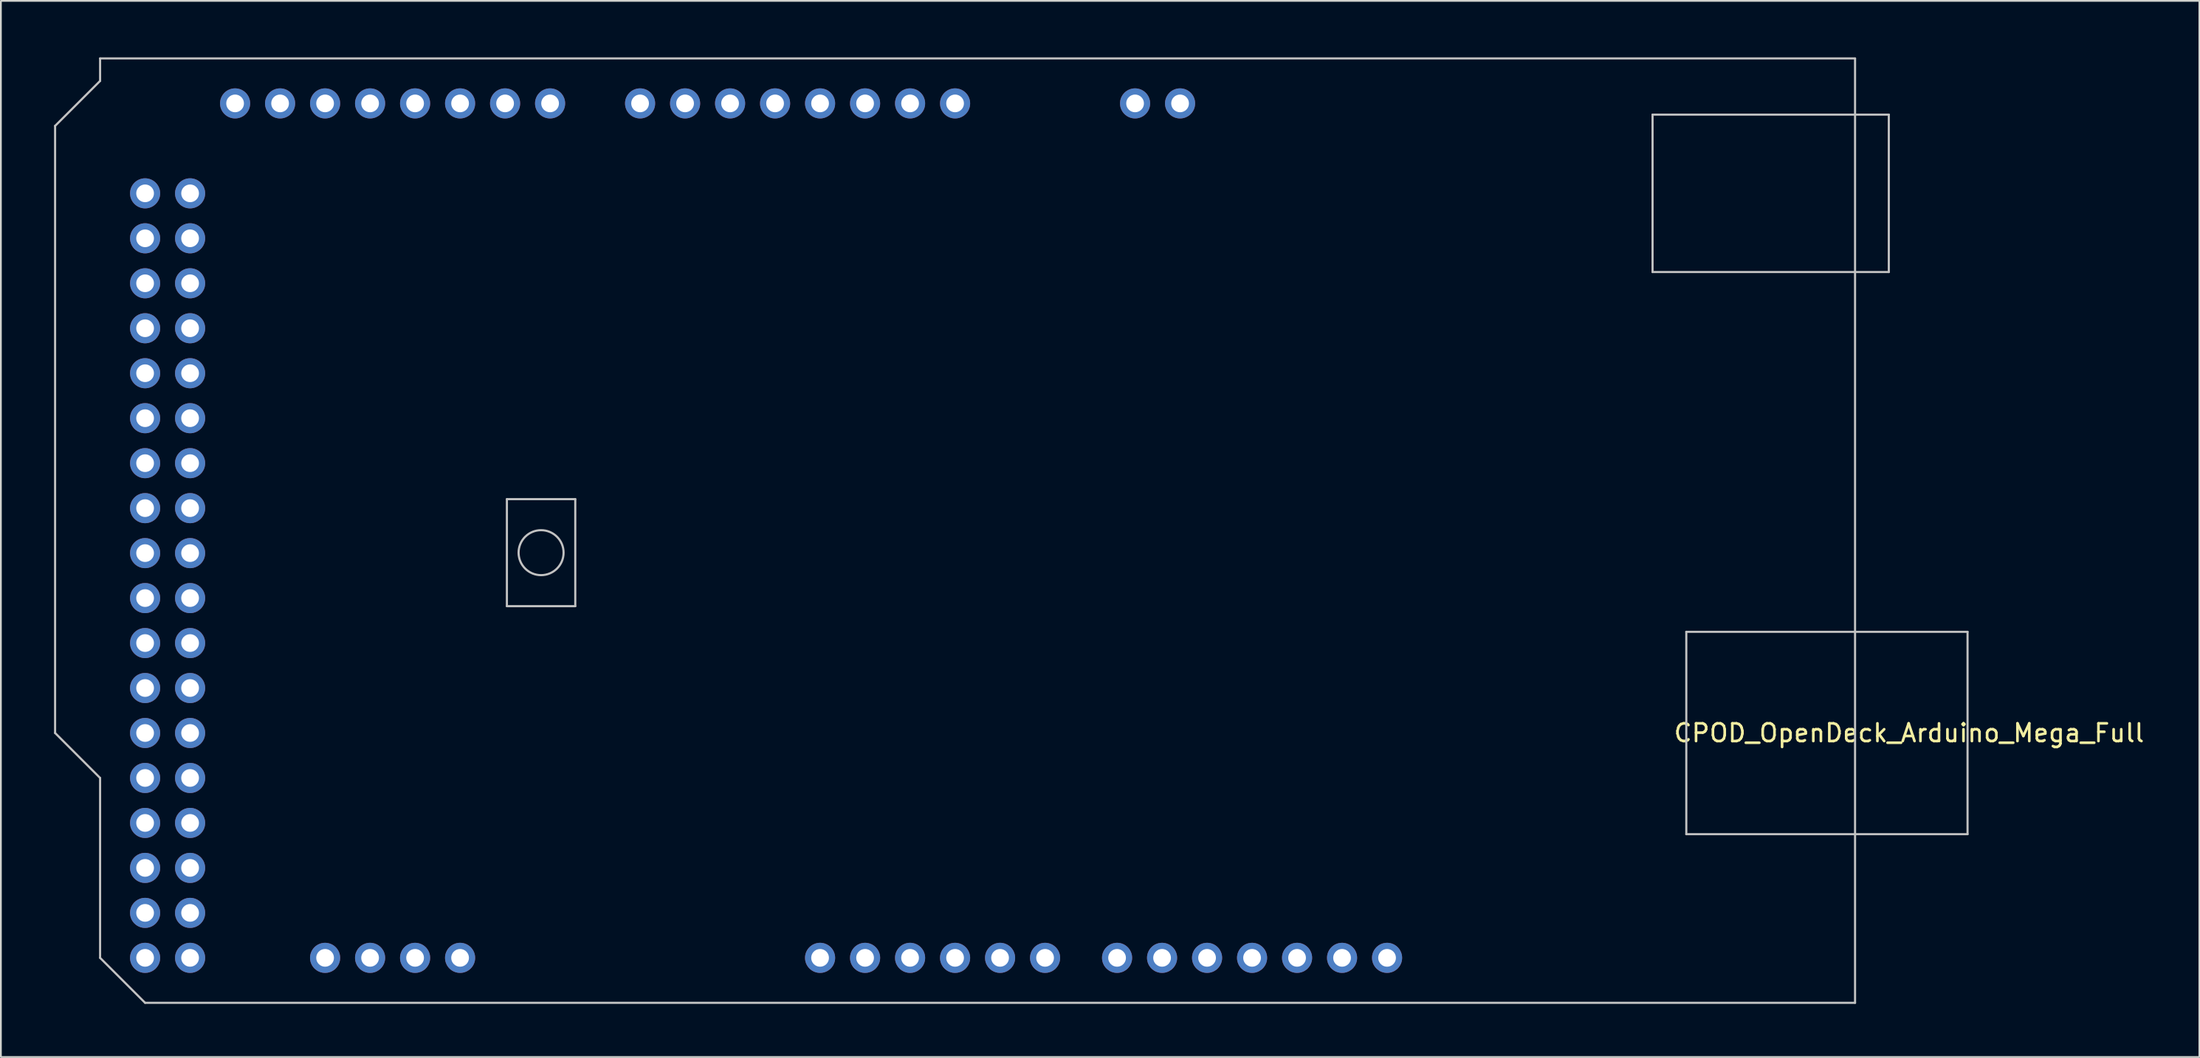
<source format=kicad_pcb>
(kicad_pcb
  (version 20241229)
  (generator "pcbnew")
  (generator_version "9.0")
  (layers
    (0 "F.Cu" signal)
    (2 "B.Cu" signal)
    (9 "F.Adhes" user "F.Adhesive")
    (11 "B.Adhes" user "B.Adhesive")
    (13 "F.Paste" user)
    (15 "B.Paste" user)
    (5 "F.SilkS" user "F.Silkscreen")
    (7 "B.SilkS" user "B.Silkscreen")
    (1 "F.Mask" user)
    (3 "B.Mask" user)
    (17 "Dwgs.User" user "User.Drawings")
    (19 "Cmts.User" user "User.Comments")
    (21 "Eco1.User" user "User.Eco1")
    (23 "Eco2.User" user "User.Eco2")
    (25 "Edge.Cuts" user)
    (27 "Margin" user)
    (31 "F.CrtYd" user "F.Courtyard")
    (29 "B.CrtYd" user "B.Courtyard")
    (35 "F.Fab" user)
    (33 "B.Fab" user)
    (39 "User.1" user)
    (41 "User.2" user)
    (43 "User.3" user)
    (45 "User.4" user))
  (footprint "CPOD_OpenDeck_Arduino_Mega_Full"
    (layer "F.Cu")
    (at 101.66 0.25)
    (property "Reference" "CPOD_OpenDeck_Arduino_Mega_Full" (at 3.048 38.1 180) (layer "F.SilkS") (effects (font (size 1 1) (thickness 0.15))))
    (attr through_hole)
    (fp_line (start -101.6 3.81) (end -101.6 38.1) (stroke (width 0.12) (type solid)) (layer "Dwgs.User"))
    (fp_line (start -101.6 38.1) (end -99.06 40.64) (stroke (width 0.12) (type solid)) (layer "Dwgs.User"))
    (fp_line (start -99.06 0) (end -99.06 1.27) (stroke (width 0.12) (type solid)) (layer "Dwgs.User"))
    (fp_line (start -99.06 1.27) (end -101.6 3.81) (stroke (width 0.12) (type solid)) (layer "Dwgs.User"))
    (fp_line (start -99.06 40.64) (end -99.06 50.8) (stroke (width 0.12) (type solid)) (layer "Dwgs.User"))
    (fp_line (start -99.06 50.8) (end -96.52 53.34) (stroke (width 0.12) (type solid)) (layer "Dwgs.User"))
    (fp_line (start -96.52 53.34) (end 0 53.34) (stroke (width 0.12) (type solid)) (layer "Dwgs.User"))
    (fp_line (start -76.098 24.892) (end -72.238 24.892) (stroke (width 0.12) (type solid)) (layer "Dwgs.User"))
    (fp_line (start -76.098 30.937) (end -76.098 24.892) (stroke (width 0.12) (type solid)) (layer "Dwgs.User"))
    (fp_line (start -72.238 24.892) (end -72.238 30.937) (stroke (width 0.12) (type solid)) (layer "Dwgs.User"))
    (fp_line (start -72.238 30.937) (end -76.098 30.937) (stroke (width 0.12) (type solid)) (layer "Dwgs.User"))
    (fp_line (start -11.43 3.175) (end -11.43 12.065) (stroke (width 0.12) (type solid)) (layer "Dwgs.User"))
    (fp_line (start -11.43 12.065) (end 1.905 12.065) (stroke (width 0.12) (type solid)) (layer "Dwgs.User"))
    (fp_line (start -9.525 43.815) (end -9.525 32.385) (stroke (width 0.12) (type solid)) (layer "Dwgs.User"))
    (fp_line (start 0 0) (end -99.06 0) (stroke (width 0.12) (type solid)) (layer "Dwgs.User"))
    (fp_line (start 0 0) (end 0 53.34) (stroke (width 0.12) (type solid)) (layer "Dwgs.User"))
    (fp_line (start 1.905 3.175) (end -11.43 3.175) (stroke (width 0.12) (type solid)) (layer "Dwgs.User"))
    (fp_line (start 1.905 12.065) (end 1.905 3.175) (stroke (width 0.12) (type solid)) (layer "Dwgs.User"))
    (fp_line (start 6.35 32.385) (end -9.525 32.385) (stroke (width 0.12) (type solid)) (layer "Dwgs.User"))
    (fp_line (start 6.35 32.385) (end 6.35 43.815) (stroke (width 0.12) (type solid)) (layer "Dwgs.User"))
    (fp_line (start 6.35 43.815) (end -9.525 43.815) (stroke (width 0.12) (type solid)) (layer "Dwgs.User"))
    (fp_circle (center -74.168 27.915) (end -72.898 27.915) (stroke (width 0.12) (type solid)) (fill no) (layer "Dwgs.User"))
    (fp_circle (center -96.52 2.54) (end -95.02 2.54) (stroke (width 0.102) (type solid)) (fill no) (layer "Eco2.User"))
    (fp_circle (center -90.17 50.8) (end -88.67 50.8) (stroke (width 0.102) (type solid)) (fill no) (layer "Eco2.User"))
    (fp_circle (center -66.04 7.62) (end -64.54 7.62) (stroke (width 0.102) (type solid)) (fill no) (layer "Eco2.User"))
    (fp_circle (center -66.04 35.56) (end -64.54 35.56) (stroke (width 0.102) (type solid)) (fill no) (layer "Eco2.User"))
    (fp_circle (center -15.24 50.8) (end -13.74 50.8) (stroke (width 0.102) (type solid)) (fill no) (layer "Eco2.User"))
    (fp_circle (center -13.97 2.54) (end -12.47 2.54) (stroke (width 0.102) (type solid)) (fill no) (layer "Eco2.User"))
    (pad "1" thru_hole circle (at -38.1 2.54) (size 1.7 1.7) (drill 1) (layers "*.Cu" "*.Mask"))
    (pad "2" thru_hole circle (at -40.64 2.54) (size 1.7 1.7) (drill 1) (layers "*.Cu" "*.Mask"))
    (pad "3" thru_hole circle (at -50.8 2.54) (size 1.7 1.7) (drill 1) (layers "*.Cu" "*.Mask"))
    (pad "4" thru_hole circle (at -53.34 2.54) (size 1.7 1.7) (drill 1) (layers "*.Cu" "*.Mask"))
    (pad "5" thru_hole circle (at -55.88 2.54) (size 1.7 1.7) (drill 1) (layers "*.Cu" "*.Mask"))
    (pad "6" thru_hole circle (at -58.42 2.54) (size 1.7 1.7) (drill 1) (layers "*.Cu" "*.Mask"))
    (pad "7" thru_hole circle (at -60.96 2.54) (size 1.7 1.7) (drill 1) (layers "*.Cu" "*.Mask"))
    (pad "8" thru_hole circle (at -63.5 2.54) (size 1.7 1.7) (drill 1) (layers "*.Cu" "*.Mask"))
    (pad "9" thru_hole circle (at -66.04 2.54) (size 1.7 1.7) (drill 1) (layers "*.Cu" "*.Mask"))
    (pad "10" thru_hole circle (at -68.58 2.54) (size 1.7 1.7) (drill 1) (layers "*.Cu" "*.Mask"))
    (pad "11" thru_hole circle (at -73.66 2.54) (size 1.7 1.7) (drill 1) (layers "*.Cu" "*.Mask"))
    (pad "12" thru_hole circle (at -76.2 2.54) (size 1.7 1.7) (drill 1) (layers "*.Cu" "*.Mask"))
    (pad "13" thru_hole circle (at -78.74 2.54) (size 1.7 1.7) (drill 1) (layers "*.Cu" "*.Mask"))
    (pad "14" thru_hole circle (at -81.28 2.54) (size 1.7 1.7) (drill 1) (layers "*.Cu" "*.Mask"))
    (pad "15" thru_hole circle (at -83.82 2.54) (size 1.7 1.7) (drill 1) (layers "*.Cu" "*.Mask"))
    (pad "16" thru_hole circle (at -86.36 2.54) (size 1.7 1.7) (drill 1) (layers "*.Cu" "*.Mask"))
    (pad "17" thru_hole circle (at -88.9 2.54) (size 1.7 1.7) (drill 1) (layers "*.Cu" "*.Mask"))
    (pad "18" thru_hole circle (at -91.44 2.54) (size 1.7 1.7) (drill 1) (layers "*.Cu" "*.Mask"))
    (pad "19" thru_hole circle (at -96.52 7.62) (size 1.7 1.7) (drill 1) (layers "*.Cu" "*.Mask"))
    (pad "20" thru_hole circle (at -93.98 7.62) (size 1.7 1.7) (drill 1) (layers "*.Cu" "*.Mask"))
    (pad "21" thru_hole circle (at -96.52 10.16) (size 1.7 1.7) (drill 1) (layers "*.Cu" "*.Mask"))
    (pad "22" thru_hole circle (at -93.98 10.16) (size 1.7 1.7) (drill 1) (layers "*.Cu" "*.Mask"))
    (pad "23" thru_hole circle (at -96.52 12.7) (size 1.7 1.7) (drill 1) (layers "*.Cu" "*.Mask"))
    (pad "24" thru_hole circle (at -93.98 12.7) (size 1.7 1.7) (drill 1) (layers "*.Cu" "*.Mask"))
    (pad "25" thru_hole circle (at -96.52 15.24) (size 1.7 1.7) (drill 1) (layers "*.Cu" "*.Mask"))
    (pad "26" thru_hole circle (at -93.98 15.24) (size 1.7 1.7) (drill 1) (layers "*.Cu" "*.Mask"))
    (pad "27" thru_hole circle (at -96.52 17.78) (size 1.7 1.7) (drill 1) (layers "*.Cu" "*.Mask"))
    (pad "28" thru_hole circle (at -93.98 17.78) (size 1.7 1.7) (drill 1) (layers "*.Cu" "*.Mask"))
    (pad "29" thru_hole circle (at -96.52 20.32) (size 1.7 1.7) (drill 1) (layers "*.Cu" "*.Mask"))
    (pad "30" thru_hole circle (at -93.98 20.32) (size 1.7 1.7) (drill 1) (layers "*.Cu" "*.Mask"))
    (pad "31" thru_hole circle (at -96.52 22.86) (size 1.7 1.7) (drill 1) (layers "*.Cu" "*.Mask"))
    (pad "32" thru_hole circle (at -93.98 22.86) (size 1.7 1.7) (drill 1) (layers "*.Cu" "*.Mask"))
    (pad "33" thru_hole circle (at -96.52 25.4) (size 1.7 1.7) (drill 1) (layers "*.Cu" "*.Mask"))
    (pad "34" thru_hole circle (at -93.98 25.4) (size 1.7 1.7) (drill 1) (layers "*.Cu" "*.Mask"))
    (pad "35" thru_hole circle (at -96.52 27.94) (size 1.7 1.7) (drill 1) (layers "*.Cu" "*.Mask"))
    (pad "36" thru_hole circle (at -93.98 27.94) (size 1.7 1.7) (drill 1) (layers "*.Cu" "*.Mask"))
    (pad "37" thru_hole circle (at -96.52 30.48) (size 1.7 1.7) (drill 1) (layers "*.Cu" "*.Mask"))
    (pad "38" thru_hole circle (at -93.98 30.48) (size 1.7 1.7) (drill 1) (layers "*.Cu" "*.Mask"))
    (pad "39" thru_hole circle (at -96.52 33.02) (size 1.7 1.7) (drill 1) (layers "*.Cu" "*.Mask"))
    (pad "40" thru_hole circle (at -93.98 33.02) (size 1.7 1.7) (drill 1) (layers "*.Cu" "*.Mask"))
    (pad "41" thru_hole circle (at -96.52 35.56) (size 1.7 1.7) (drill 1) (layers "*.Cu" "*.Mask"))
    (pad "42" thru_hole circle (at -93.98 35.56) (size 1.7 1.7) (drill 1) (layers "*.Cu" "*.Mask"))
    (pad "43" thru_hole circle (at -96.52 38.1) (size 1.7 1.7) (drill 1) (layers "*.Cu" "*.Mask"))
    (pad "44" thru_hole circle (at -93.98 38.1) (size 1.7 1.7) (drill 1) (layers "*.Cu" "*.Mask"))
    (pad "45" thru_hole circle (at -96.52 40.64) (size 1.7 1.7) (drill 1) (layers "*.Cu" "*.Mask"))
    (pad "46" thru_hole circle (at -93.98 40.64) (size 1.7 1.7) (drill 1) (layers "*.Cu" "*.Mask"))
    (pad "47" thru_hole circle (at -96.52 43.18) (size 1.7 1.7) (drill 1) (layers "*.Cu" "*.Mask"))
    (pad "48" thru_hole circle (at -93.98 43.18) (size 1.7 1.7) (drill 1) (layers "*.Cu" "*.Mask"))
    (pad "49" thru_hole circle (at -96.52 45.72) (size 1.7 1.7) (drill 1) (layers "*.Cu" "*.Mask"))
    (pad "50" thru_hole circle (at -93.98 45.72) (size 1.7 1.7) (drill 1) (layers "*.Cu" "*.Mask"))
    (pad "51" thru_hole circle (at -96.52 48.26) (size 1.7 1.7) (drill 1) (layers "*.Cu" "*.Mask"))
    (pad "52" thru_hole circle (at -93.98 48.26) (size 1.7 1.7) (drill 1) (layers "*.Cu" "*.Mask"))
    (pad "53" thru_hole circle (at -96.52 50.8) (size 1.7 1.7) (drill 1) (layers "*.Cu" "*.Mask"))
    (pad "54" thru_hole circle (at -93.98 50.8) (size 1.7 1.7) (drill 1) (layers "*.Cu" "*.Mask"))
    (pad "55" thru_hole circle (at -86.36 50.8) (size 1.7 1.7) (drill 1) (layers "*.Cu" "*.Mask"))
    (pad "56" thru_hole circle (at -83.82 50.8) (size 1.7 1.7) (drill 1) (layers "*.Cu" "*.Mask"))
    (pad "57" thru_hole circle (at -81.28 50.8) (size 1.7 1.7) (drill 1) (layers "*.Cu" "*.Mask"))
    (pad "58" thru_hole circle (at -78.74 50.8) (size 1.7 1.7) (drill 1) (layers "*.Cu" "*.Mask"))
    (pad "59" thru_hole circle (at -58.42 50.8) (size 1.7 1.7) (drill 1) (layers "*.Cu" "*.Mask"))
    (pad "60" thru_hole circle (at -55.88 50.8) (size 1.7 1.7) (drill 1) (layers "*.Cu" "*.Mask"))
    (pad "61" thru_hole circle (at -53.34 50.8) (size 1.7 1.7) (drill 1) (layers "*.Cu" "*.Mask"))
    (pad "62" thru_hole circle (at -50.8 50.8) (size 1.7 1.7) (drill 1) (layers "*.Cu" "*.Mask"))
    (pad "63" thru_hole circle (at -48.26 50.8) (size 1.7 1.7) (drill 1) (layers "*.Cu" "*.Mask"))
    (pad "64" thru_hole circle (at -45.72 50.8) (size 1.7 1.7) (drill 1) (layers "*.Cu" "*.Mask"))
    (pad "65" thru_hole circle (at -41.656 50.8) (size 1.7 1.7) (drill 1) (layers "*.Cu" "*.Mask"))
    (pad "66" thru_hole circle (at -39.116 50.8) (size 1.7 1.7) (drill 1) (layers "*.Cu" "*.Mask"))
    (pad "67" thru_hole circle (at -36.576 50.8) (size 1.7 1.7) (drill 1) (layers "*.Cu" "*.Mask"))
    (pad "68" thru_hole circle (at -34.036 50.8) (size 1.7 1.7) (drill 1) (layers "*.Cu" "*.Mask"))
    (pad "69" thru_hole circle (at -31.496 50.8) (size 1.7 1.7) (drill 1) (layers "*.Cu" "*.Mask"))
    (pad "70" thru_hole circle (at -28.956 50.8) (size 1.7 1.7) (drill 1) (layers "*.Cu" "*.Mask"))
    (pad "71" thru_hole circle (at -26.416 50.8) (size 1.7 1.7) (drill 1) (layers "*.Cu" "*.Mask")))
  (gr_rect
    (start -3 -3)
    (end 121.095 56.65)
    (stroke (width 0.1) (type default))
    (fill no)
    (layer "Edge.Cuts")))
</source>
